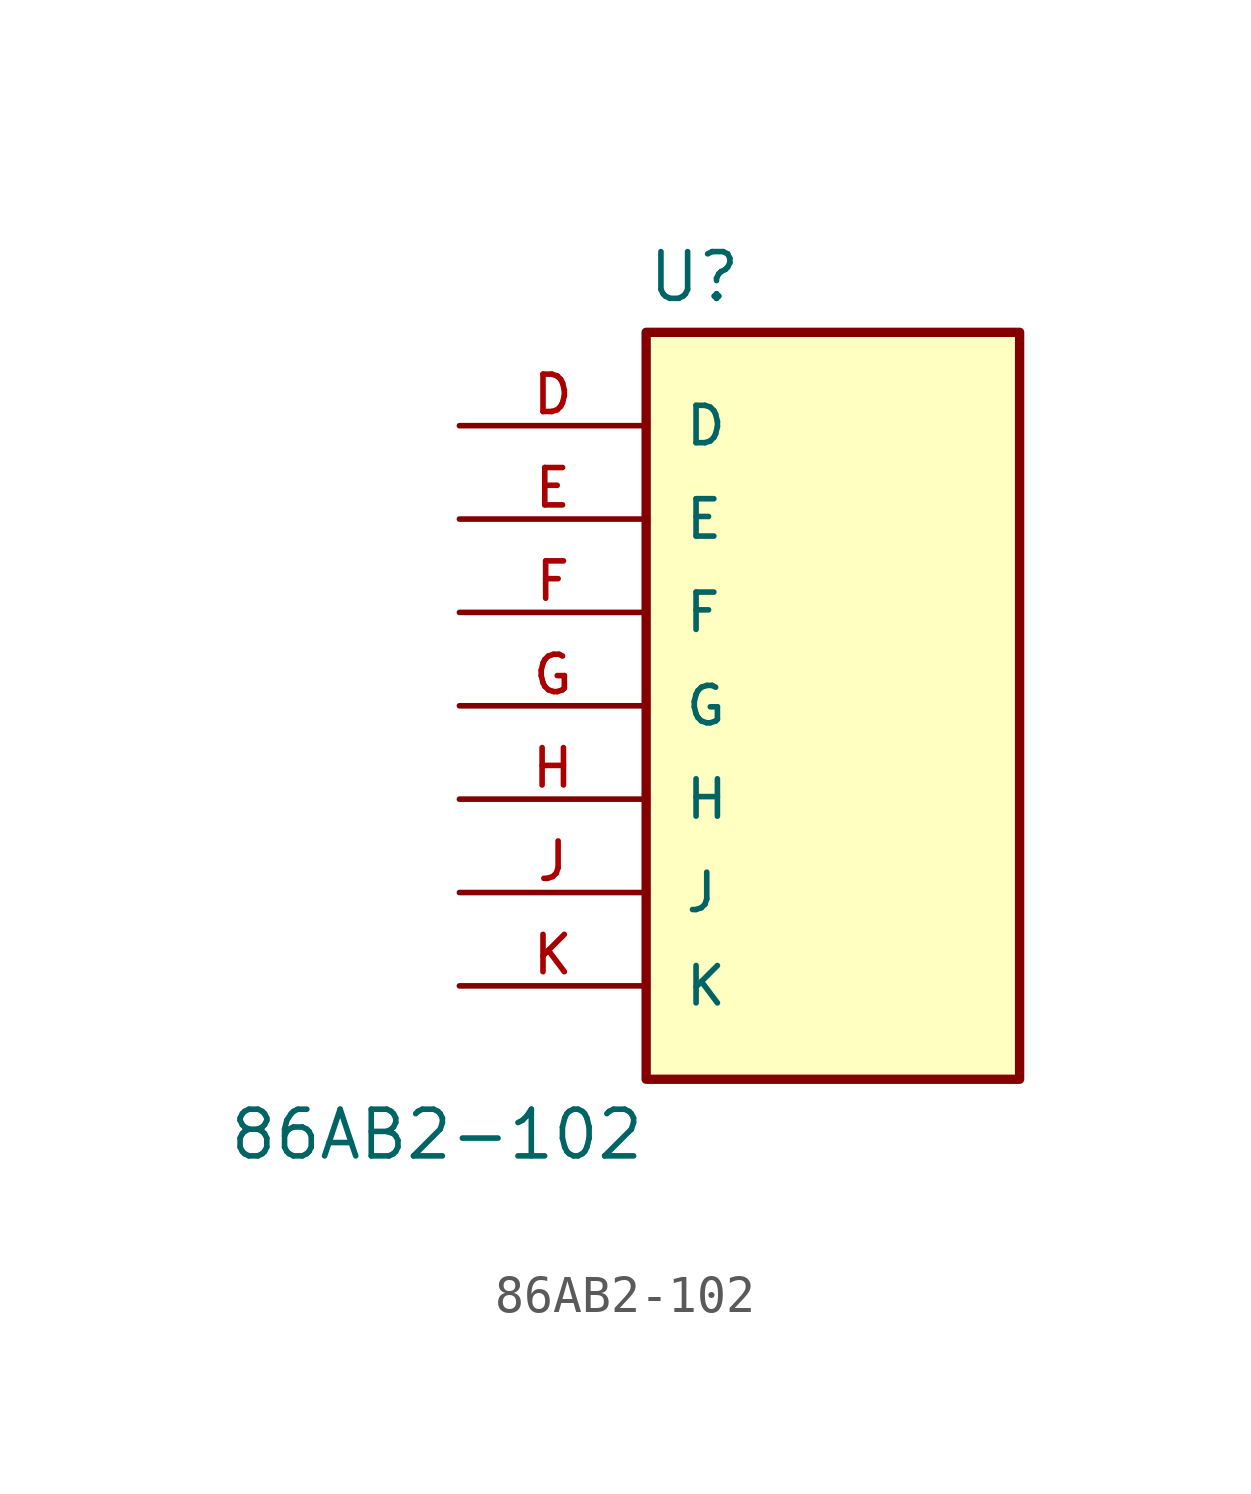
<source format=kicad_sym>
(kicad_symbol_lib
  (version 20211014)
  (generator kicad_symbol_editor)
  (symbol "86AB2-102"
    (pin_names
      (offset 1.016))
    (property "Reference" "U"
      (at -5.08 10.922 0)
      (effects (font (size 1.27 1.27)) (justify bottom left)))
    (property "Value" "86AB2-102"
      (at -5.08 -10.922 0.0)
      (effects (font (size 1.27 1.27)) (justify top right mirror)))
    (symbol "86AB2-102_0_0"
      (rectangle (start -5.08 -10.16) (end 5.08 10.16) (stroke (width 0.254)) (fill (type background)))
      (pin bidirectional line (at -10.16 5.08 0) (length 5.08) (name "E" (effects (font (size 1.016 1.016)))) (number "E" (effects (font (size 1.016 1.016)))))
      (pin bidirectional line (at -10.16 7.62 0) (length 5.08) (name "D" (effects (font (size 1.016 1.016)))) (number "D" (effects (font (size 1.016 1.016)))))
      (pin bidirectional line (at -10.16 0.0 0) (length 5.08) (name "G" (effects (font (size 1.016 1.016)))) (number "G" (effects (font (size 1.016 1.016)))))
      (pin bidirectional line (at -10.16 2.54 0) (length 5.08) (name "F" (effects (font (size 1.016 1.016)))) (number "F" (effects (font (size 1.016 1.016)))))
      (pin bidirectional line (at -10.16 -2.54 0) (length 5.08) (name "H" (effects (font (size 1.016 1.016)))) (number "H" (effects (font (size 1.016 1.016)))))
      (pin bidirectional line (at -10.16 -5.08 0) (length 5.08) (name "J" (effects (font (size 1.016 1.016)))) (number "J" (effects (font (size 1.016 1.016)))))
      (pin bidirectional line (at -10.16 -7.62 0) (length 5.08) (name "K" (effects (font (size 1.016 1.016)))) (number "K" (effects (font (size 1.016 1.016))))))))
</source>
